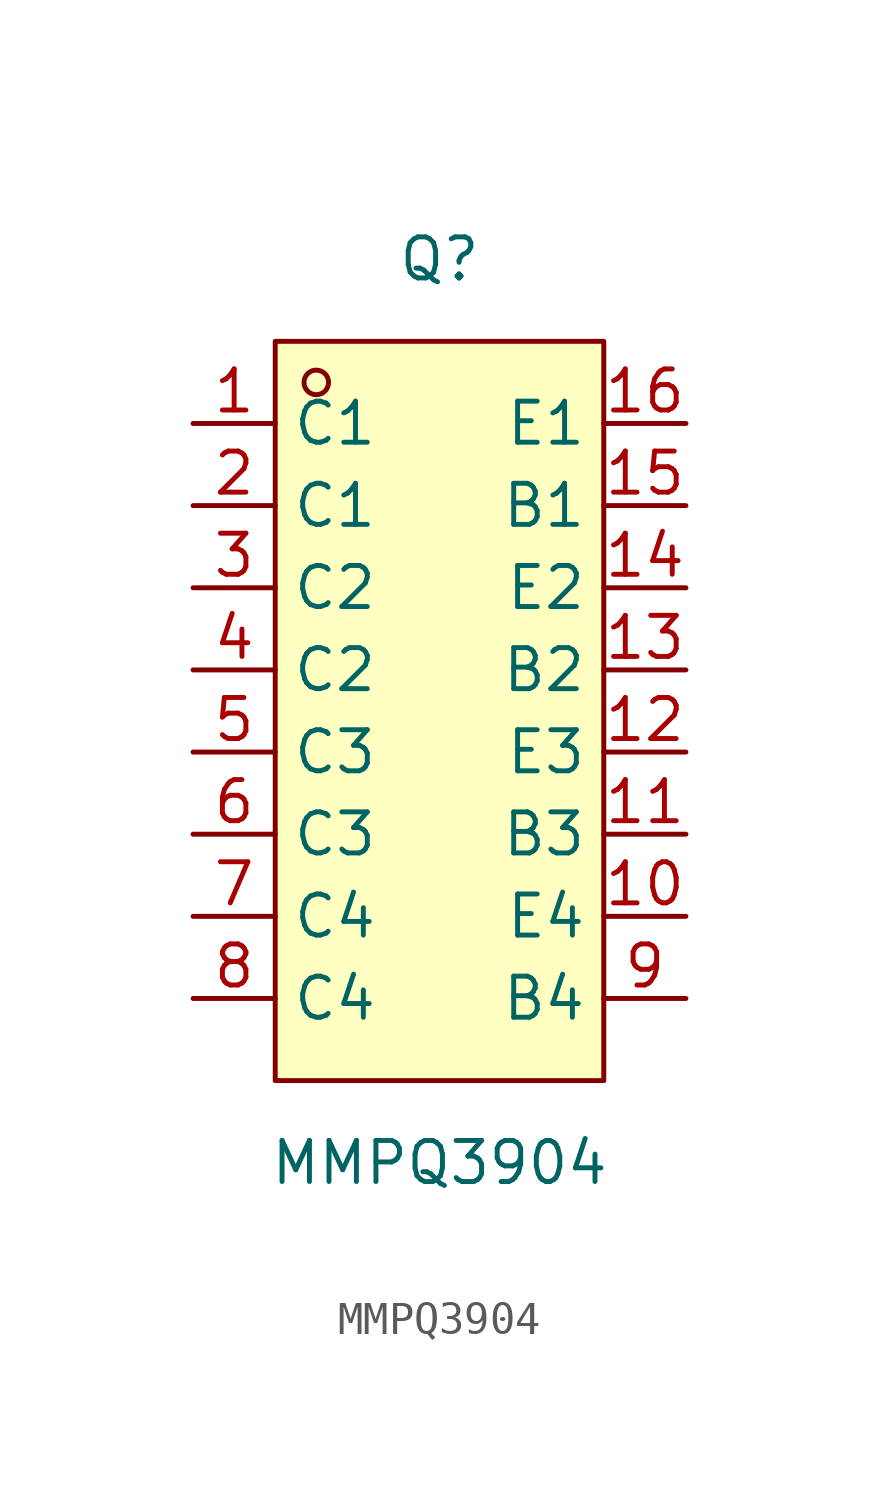
<source format=kicad_sym>
(kicad_symbol_lib
  (version 20211014)
  (generator https://github.com/uPesy/easyeda2kicad.py)
  (symbol "MMPQ3904"
    (property "Reference" "Q"
      (at 0 13.97 0)
      (effects (font (size 1.27 1.27))))
    (property "Value" "MMPQ3904"
      (at 0 -13.97 0)
      (effects (font (size 1.27 1.27))))
    (symbol "MMPQ3904_0_1"
      (rectangle (start -5.08 11.43) (end 5.08 -11.43) (stroke (width 0) (type default) (color 0 0 0 0)) (fill (type background)))
      (circle (center -3.81 10.16) (radius 0.38) (stroke (width 0) (type default) (color 0 0 0 0)) (fill (type none)))
      (pin unspecified line (at -7.62 8.89 0) (length 2.54) (name "C1" (effects (font (size 1.27 1.27)))) (number "1" (effects (font (size 1.27 1.27)))))
      (pin unspecified line (at -7.62 6.35 0) (length 2.54) (name "C1" (effects (font (size 1.27 1.27)))) (number "2" (effects (font (size 1.27 1.27)))))
      (pin unspecified line (at -7.62 3.81 0) (length 2.54) (name "C2" (effects (font (size 1.27 1.27)))) (number "3" (effects (font (size 1.27 1.27)))))
      (pin unspecified line (at -7.62 1.27 0) (length 2.54) (name "C2" (effects (font (size 1.27 1.27)))) (number "4" (effects (font (size 1.27 1.27)))))
      (pin unspecified line (at -7.62 -1.27 0) (length 2.54) (name "C3" (effects (font (size 1.27 1.27)))) (number "5" (effects (font (size 1.27 1.27)))))
      (pin unspecified line (at -7.62 -3.81 0) (length 2.54) (name "C3" (effects (font (size 1.27 1.27)))) (number "6" (effects (font (size 1.27 1.27)))))
      (pin unspecified line (at -7.62 -6.35 0) (length 2.54) (name "C4" (effects (font (size 1.27 1.27)))) (number "7" (effects (font (size 1.27 1.27)))))
      (pin unspecified line (at -7.62 -8.89 0) (length 2.54) (name "C4" (effects (font (size 1.27 1.27)))) (number "8" (effects (font (size 1.27 1.27)))))
      (pin unspecified line (at 7.62 -8.89 180) (length 2.54) (name "B4" (effects (font (size 1.27 1.27)))) (number "9" (effects (font (size 1.27 1.27)))))
      (pin unspecified line (at 7.62 -6.35 180) (length 2.54) (name "E4" (effects (font (size 1.27 1.27)))) (number "10" (effects (font (size 1.27 1.27)))))
      (pin unspecified line (at 7.62 -3.81 180) (length 2.54) (name "B3" (effects (font (size 1.27 1.27)))) (number "11" (effects (font (size 1.27 1.27)))))
      (pin unspecified line (at 7.62 -1.27 180) (length 2.54) (name "E3" (effects (font (size 1.27 1.27)))) (number "12" (effects (font (size 1.27 1.27)))))
      (pin unspecified line (at 7.62 1.27 180) (length 2.54) (name "B2" (effects (font (size 1.27 1.27)))) (number "13" (effects (font (size 1.27 1.27)))))
      (pin unspecified line (at 7.62 3.81 180) (length 2.54) (name "E2" (effects (font (size 1.27 1.27)))) (number "14" (effects (font (size 1.27 1.27)))))
      (pin unspecified line (at 7.62 6.35 180) (length 2.54) (name "B1" (effects (font (size 1.27 1.27)))) (number "15" (effects (font (size 1.27 1.27)))))
      (pin unspecified line (at 7.62 8.89 180) (length 2.54) (name "E1" (effects (font (size 1.27 1.27)))) (number "16" (effects (font (size 1.27 1.27))))))))
</source>
